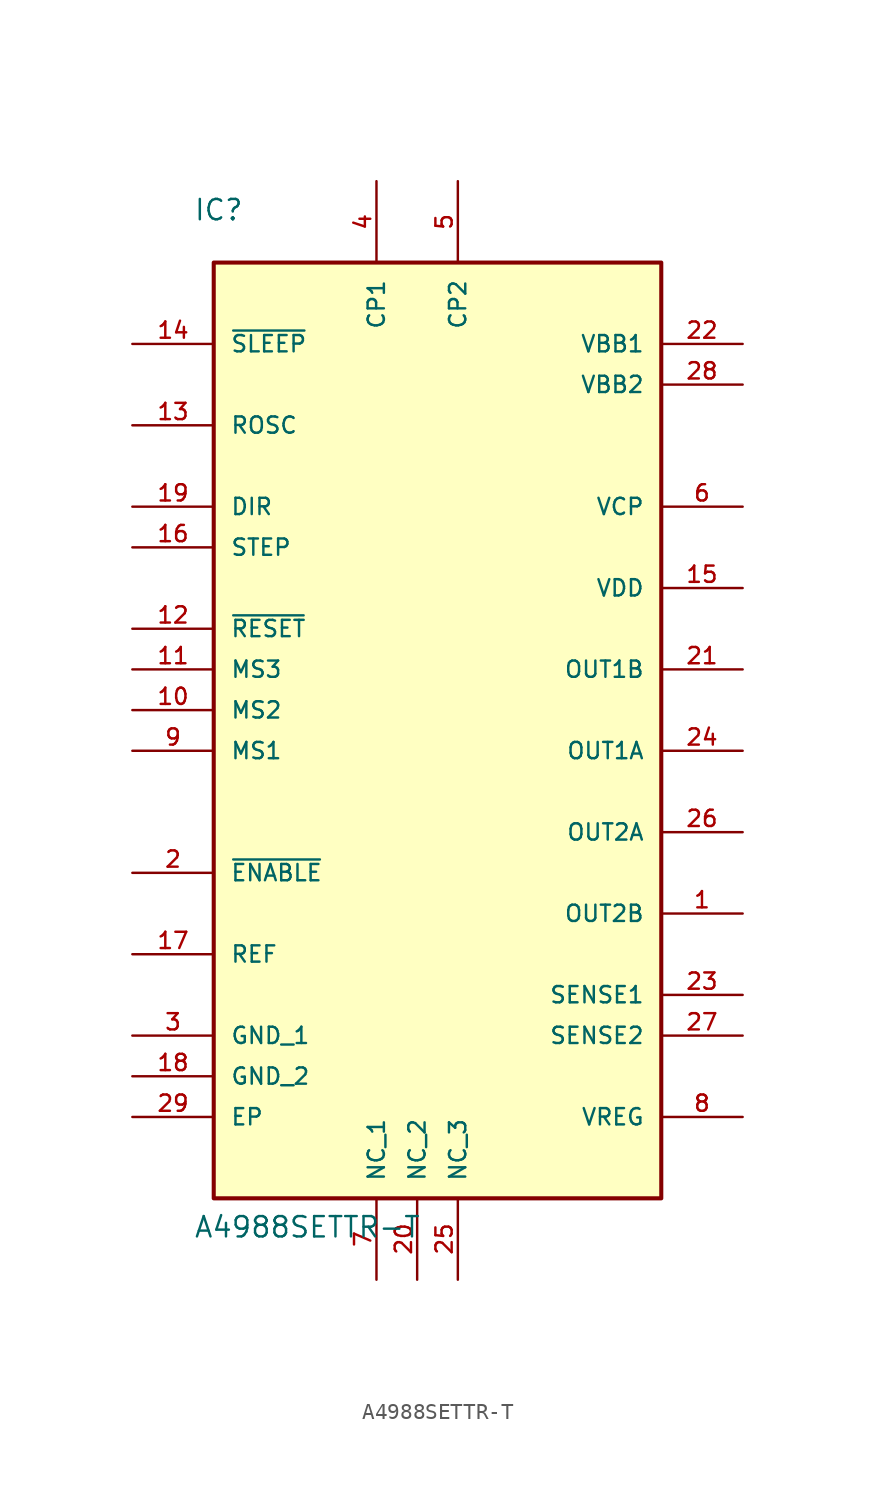
<source format=kicad_sym>
(kicad_symbol_lib
  (version 20211014)
  (generator kicad_symbol_editor)
  (symbol "A4988SETTR-T"
    (pin_names
      (offset 1.016))
    (property "Reference" "IC"
      (at -16.51 30.48 0)
      (effects (font (size 1.27 1.27)) (justify left bottom)))
    (property "Value" "A4988SETTR-T"
      (at -16.51 -33.02 0)
      (effects (font (size 1.27 1.27)) (justify left bottom)))
    (property "ki_locked" ""
      (at 0 0 0)
      (effects (font (size 1.27 1.27))))
    (symbol "A4988SETTR-T_0_0"
      (rectangle (start -15.24 -30.48) (end 12.7 27.94) (stroke (width 0.254) (type default) (color 0 0 0 0)) (fill (type background)))
      (pin bidirectional line (at 17.78 -12.7 180) (length 5.08) (name "OUT2B" (effects (font (size 1.016 1.016)))) (number "1" (effects (font (size 1.016 1.016)))))
      (pin bidirectional line (at -20.32 0 0) (length 5.08) (name "MS2" (effects (font (size 1.016 1.016)))) (number "10" (effects (font (size 1.016 1.016)))))
      (pin bidirectional line (at -20.32 2.54 0) (length 5.08) (name "MS3" (effects (font (size 1.016 1.016)))) (number "11" (effects (font (size 1.016 1.016)))))
      (pin bidirectional line (at -20.32 5.08 0) (length 5.08) (name "~{RESET}" (effects (font (size 1.016 1.016)))) (number "12" (effects (font (size 1.016 1.016)))))
      (pin bidirectional line (at -20.32 17.78 0) (length 5.08) (name "ROSC" (effects (font (size 1.016 1.016)))) (number "13" (effects (font (size 1.016 1.016)))))
      (pin bidirectional line (at -20.32 22.86 0) (length 5.08) (name "~{SLEEP}" (effects (font (size 1.016 1.016)))) (number "14" (effects (font (size 1.016 1.016)))))
      (pin bidirectional line (at 17.78 7.62 180) (length 5.08) (name "VDD" (effects (font (size 1.016 1.016)))) (number "15" (effects (font (size 1.016 1.016)))))
      (pin bidirectional line (at -20.32 10.16 0) (length 5.08) (name "STEP" (effects (font (size 1.016 1.016)))) (number "16" (effects (font (size 1.016 1.016)))))
      (pin bidirectional line (at -20.32 -15.24 0) (length 5.08) (name "REF" (effects (font (size 1.016 1.016)))) (number "17" (effects (font (size 1.016 1.016)))))
      (pin bidirectional line (at -20.32 -22.86 0) (length 5.08) (name "GND_2" (effects (font (size 1.016 1.016)))) (number "18" (effects (font (size 1.016 1.016)))))
      (pin bidirectional line (at -20.32 12.7 0) (length 5.08) (name "DIR" (effects (font (size 1.016 1.016)))) (number "19" (effects (font (size 1.016 1.016)))))
      (pin bidirectional line (at -20.32 -10.16 0) (length 5.08) (name "~{ENABLE}" (effects (font (size 1.016 1.016)))) (number "2" (effects (font (size 1.016 1.016)))))
      (pin bidirectional line (at -2.54 -35.56 90) (length 5.08) (name "NC_2" (effects (font (size 1.016 1.016)))) (number "20" (effects (font (size 1.016 1.016)))))
      (pin bidirectional line (at 17.78 2.54 180) (length 5.08) (name "OUT1B" (effects (font (size 1.016 1.016)))) (number "21" (effects (font (size 1.016 1.016)))))
      (pin bidirectional line (at 17.78 22.86 180) (length 5.08) (name "VBB1" (effects (font (size 1.016 1.016)))) (number "22" (effects (font (size 1.016 1.016)))))
      (pin bidirectional line (at 17.78 -17.78 180) (length 5.08) (name "SENSE1" (effects (font (size 1.016 1.016)))) (number "23" (effects (font (size 1.016 1.016)))))
      (pin bidirectional line (at 17.78 -2.54 180) (length 5.08) (name "OUT1A" (effects (font (size 1.016 1.016)))) (number "24" (effects (font (size 1.016 1.016)))))
      (pin bidirectional line (at 0 -35.56 90) (length 5.08) (name "NC_3" (effects (font (size 1.016 1.016)))) (number "25" (effects (font (size 1.016 1.016)))))
      (pin bidirectional line (at 17.78 -7.62 180) (length 5.08) (name "OUT2A" (effects (font (size 1.016 1.016)))) (number "26" (effects (font (size 1.016 1.016)))))
      (pin bidirectional line (at 17.78 -20.32 180) (length 5.08) (name "SENSE2" (effects (font (size 1.016 1.016)))) (number "27" (effects (font (size 1.016 1.016)))))
      (pin bidirectional line (at 17.78 20.32 180) (length 5.08) (name "VBB2" (effects (font (size 1.016 1.016)))) (number "28" (effects (font (size 1.016 1.016)))))
      (pin bidirectional line (at -20.32 -25.4 0) (length 5.08) (name "EP" (effects (font (size 1.016 1.016)))) (number "29" (effects (font (size 1.016 1.016)))))
      (pin bidirectional line (at -20.32 -20.32 0) (length 5.08) (name "GND_1" (effects (font (size 1.016 1.016)))) (number "3" (effects (font (size 1.016 1.016)))))
      (pin bidirectional line (at -5.08 33.02 270) (length 5.08) (name "CP1" (effects (font (size 1.016 1.016)))) (number "4" (effects (font (size 1.016 1.016)))))
      (pin bidirectional line (at 0 33.02 270) (length 5.08) (name "CP2" (effects (font (size 1.016 1.016)))) (number "5" (effects (font (size 1.016 1.016)))))
      (pin bidirectional line (at 17.78 12.7 180) (length 5.08) (name "VCP" (effects (font (size 1.016 1.016)))) (number "6" (effects (font (size 1.016 1.016)))))
      (pin bidirectional line (at -5.08 -35.56 90) (length 5.08) (name "NC_1" (effects (font (size 1.016 1.016)))) (number "7" (effects (font (size 1.016 1.016)))))
      (pin bidirectional line (at 17.78 -25.4 180) (length 5.08) (name "VREG" (effects (font (size 1.016 1.016)))) (number "8" (effects (font (size 1.016 1.016)))))
      (pin bidirectional line (at -20.32 -2.54 0) (length 5.08) (name "MS1" (effects (font (size 1.016 1.016)))) (number "9" (effects (font (size 1.016 1.016))))))))
</source>
